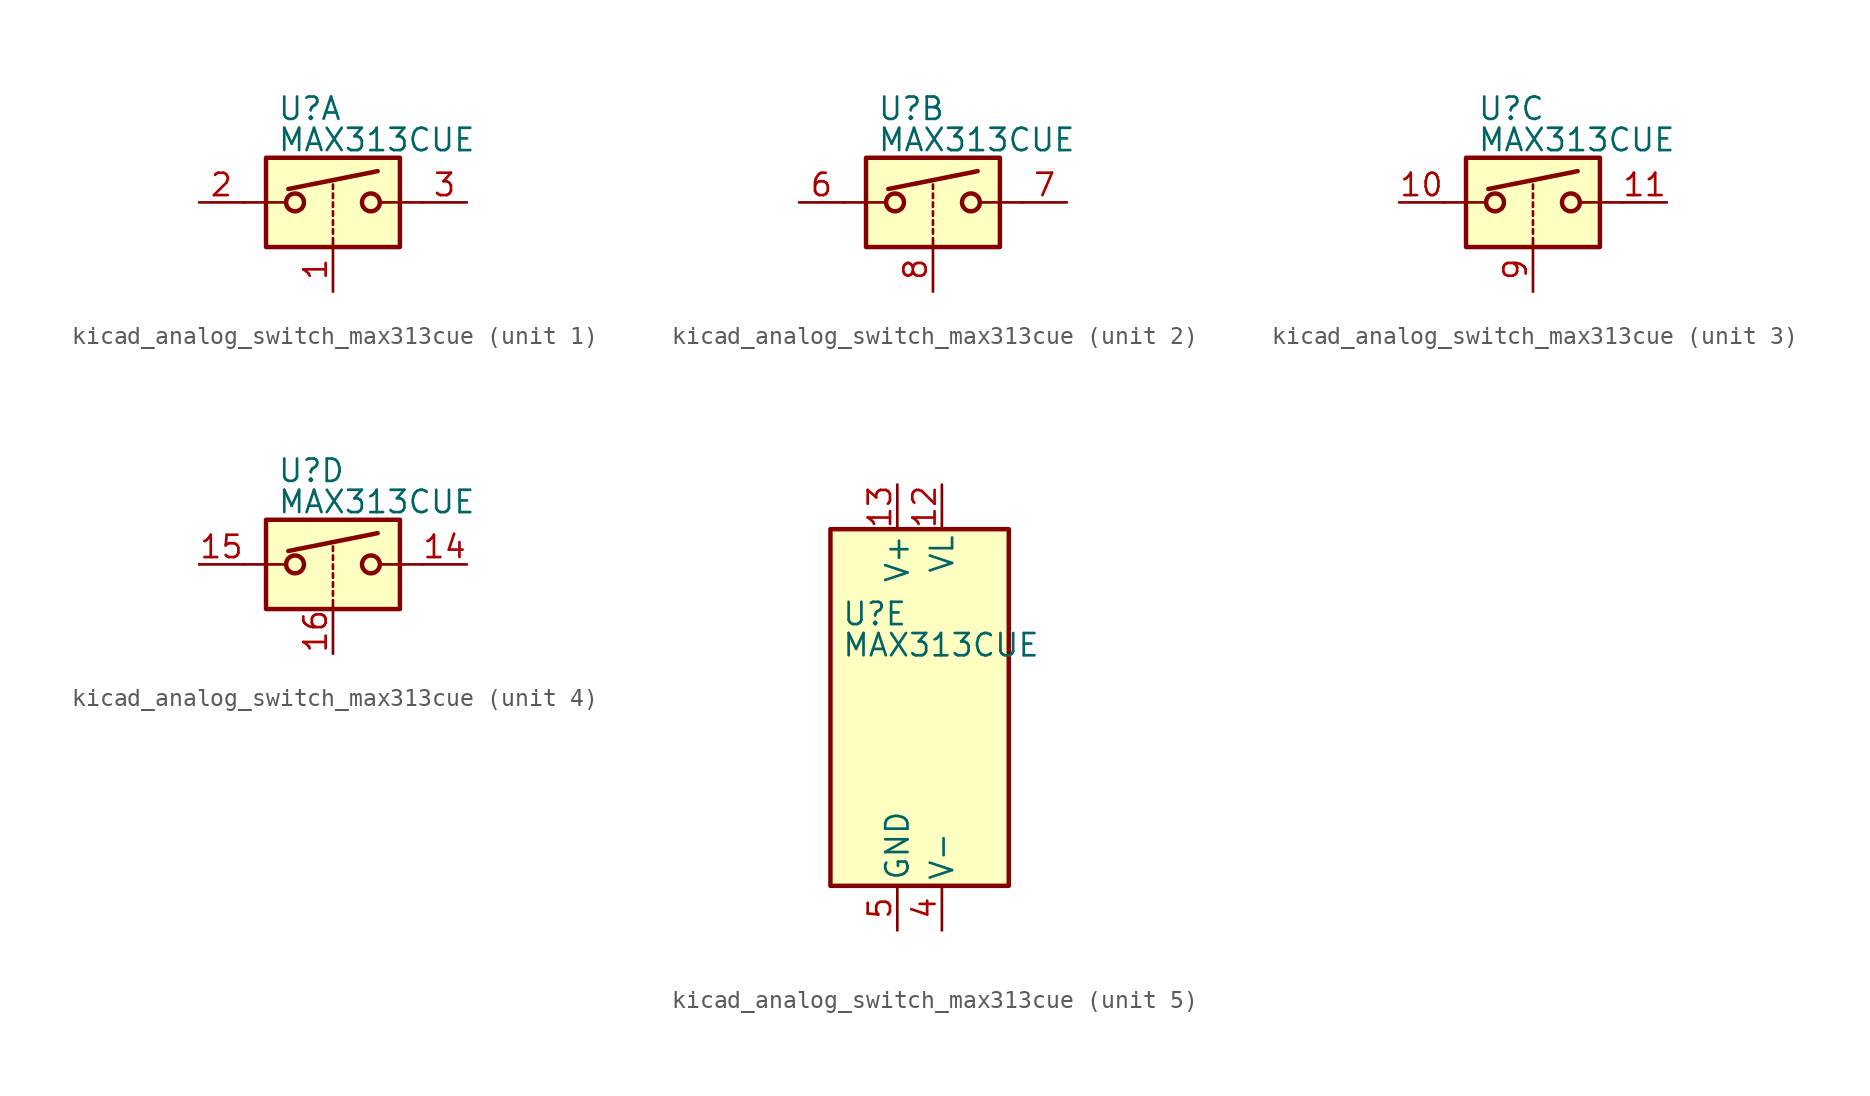
<source format=kicad_sym>
(kicad_symbol_lib
  (version 20220914)
  (generator kicad_symbol_editor)
  (symbol "kicad_analog_switch_max313cue"
    (pin_names
      (offset 0.254))
    (property "Reference" "U"
      (at -3.175 5.334 0)
      (effects (font (size 1.27 1.27)) (justify left)))
    (property "Value" "MAX313CUE"
      (at -3.175 3.556 0)
      (effects (font (size 1.27 1.27)) (justify left)))
    (symbol "kicad_analog_switch_max313cue_1_1"
      (rectangle (start -3.81 2.54) (end 3.81 -2.54) (stroke (width 0.254) (type default)) (fill (type background)))
      (circle (center -2.159 0) (radius 0.508) (stroke (width 0.254) (type default)) (fill (type none)))
      (polyline (pts (xy -5.08 0) (xy -2.794 0)) (stroke (width 0) (type default)) (fill (type none)))
      (polyline (pts (xy -2.54 0.762) (xy 2.54 1.778)) (stroke (width 0.254) (type default)) (fill (type none)))
      (polyline (pts (xy 0 -2.54) (xy 0 -2.032)) (stroke (width 0) (type default)) (fill (type none)))
      (polyline (pts (xy 0 -1.778) (xy 0 -1.524)) (stroke (width 0) (type default)) (fill (type none)))
      (polyline (pts (xy 0 -1.27) (xy 0 -1.016)) (stroke (width 0) (type default)) (fill (type none)))
      (polyline (pts (xy 0 -0.762) (xy 0 -0.508)) (stroke (width 0) (type default)) (fill (type none)))
      (polyline (pts (xy 0 -0.254) (xy 0 0)) (stroke (width 0) (type default)) (fill (type none)))
      (polyline (pts (xy 0 0.254) (xy 0 0.508)) (stroke (width 0) (type default)) (fill (type none)))
      (polyline (pts (xy 0 0.762) (xy 0 1.016)) (stroke (width 0) (type default)) (fill (type none)))
      (polyline (pts (xy 5.08 0) (xy 2.794 0)) (stroke (width 0) (type default)) (fill (type none)))
      (circle (center 2.159 0) (radius 0.508) (stroke (width 0.254) (type default)) (fill (type none)))
      (pin input line (at 0 -5.08 90) (length 2.54) (name "~" (effects (font (size 1.27 1.27)))) (number "1" (effects (font (size 1.27 1.27)))))
      (pin passive line (at -7.62 0 0) (length 2.54) (name "~" (effects (font (size 1.27 1.27)))) (number "2" (effects (font (size 1.27 1.27)))))
      (pin passive line (at 7.62 0 180) (length 2.54) (name "~" (effects (font (size 1.27 1.27)))) (number "3" (effects (font (size 1.27 1.27))))))
    (symbol "kicad_analog_switch_max313cue_2_1"
      (rectangle (start -3.81 2.54) (end 3.81 -2.54) (stroke (width 0.254) (type default)) (fill (type background)))
      (circle (center -2.159 0) (radius 0.508) (stroke (width 0.254) (type default)) (fill (type none)))
      (polyline (pts (xy -5.08 0) (xy -2.794 0)) (stroke (width 0) (type default)) (fill (type none)))
      (polyline (pts (xy -2.54 0.762) (xy 2.54 1.778)) (stroke (width 0.254) (type default)) (fill (type none)))
      (polyline (pts (xy 0 -2.54) (xy 0 -2.032)) (stroke (width 0) (type default)) (fill (type none)))
      (polyline (pts (xy 0 -1.778) (xy 0 -1.524)) (stroke (width 0) (type default)) (fill (type none)))
      (polyline (pts (xy 0 -1.27) (xy 0 -1.016)) (stroke (width 0) (type default)) (fill (type none)))
      (polyline (pts (xy 0 -0.762) (xy 0 -0.508)) (stroke (width 0) (type default)) (fill (type none)))
      (polyline (pts (xy 0 -0.254) (xy 0 0)) (stroke (width 0) (type default)) (fill (type none)))
      (polyline (pts (xy 0 0.254) (xy 0 0.508)) (stroke (width 0) (type default)) (fill (type none)))
      (polyline (pts (xy 0 0.762) (xy 0 1.016)) (stroke (width 0) (type default)) (fill (type none)))
      (polyline (pts (xy 5.08 0) (xy 2.794 0)) (stroke (width 0) (type default)) (fill (type none)))
      (circle (center 2.159 0) (radius 0.508) (stroke (width 0.254) (type default)) (fill (type none)))
      (pin passive line (at -7.62 0 0) (length 2.54) (name "~" (effects (font (size 1.27 1.27)))) (number "6" (effects (font (size 1.27 1.27)))))
      (pin passive line (at 7.62 0 180) (length 2.54) (name "~" (effects (font (size 1.27 1.27)))) (number "7" (effects (font (size 1.27 1.27)))))
      (pin input line (at 0 -5.08 90) (length 2.54) (name "~" (effects (font (size 1.27 1.27)))) (number "8" (effects (font (size 1.27 1.27))))))
    (symbol "kicad_analog_switch_max313cue_3_1"
      (rectangle (start -3.81 2.54) (end 3.81 -2.54) (stroke (width 0.254) (type default)) (fill (type background)))
      (circle (center -2.159 0) (radius 0.508) (stroke (width 0.254) (type default)) (fill (type none)))
      (polyline (pts (xy -5.08 0) (xy -2.794 0)) (stroke (width 0) (type default)) (fill (type none)))
      (polyline (pts (xy -2.54 0.762) (xy 2.54 1.778)) (stroke (width 0.254) (type default)) (fill (type none)))
      (polyline (pts (xy 0 -2.54) (xy 0 -2.032)) (stroke (width 0) (type default)) (fill (type none)))
      (polyline (pts (xy 0 -1.778) (xy 0 -1.524)) (stroke (width 0) (type default)) (fill (type none)))
      (polyline (pts (xy 0 -1.27) (xy 0 -1.016)) (stroke (width 0) (type default)) (fill (type none)))
      (polyline (pts (xy 0 -0.762) (xy 0 -0.508)) (stroke (width 0) (type default)) (fill (type none)))
      (polyline (pts (xy 0 -0.254) (xy 0 0)) (stroke (width 0) (type default)) (fill (type none)))
      (polyline (pts (xy 0 0.254) (xy 0 0.508)) (stroke (width 0) (type default)) (fill (type none)))
      (polyline (pts (xy 0 0.762) (xy 0 1.016)) (stroke (width 0) (type default)) (fill (type none)))
      (polyline (pts (xy 5.08 0) (xy 2.794 0)) (stroke (width 0) (type default)) (fill (type none)))
      (circle (center 2.159 0) (radius 0.508) (stroke (width 0.254) (type default)) (fill (type none)))
      (pin passive line (at -7.62 0 0) (length 2.54) (name "~" (effects (font (size 1.27 1.27)))) (number "10" (effects (font (size 1.27 1.27)))))
      (pin passive line (at 7.62 0 180) (length 2.54) (name "~" (effects (font (size 1.27 1.27)))) (number "11" (effects (font (size 1.27 1.27)))))
      (pin input line (at 0 -5.08 90) (length 2.54) (name "~" (effects (font (size 1.27 1.27)))) (number "9" (effects (font (size 1.27 1.27))))))
    (symbol "kicad_analog_switch_max313cue_4_1"
      (rectangle (start -3.81 2.54) (end 3.81 -2.54) (stroke (width 0.254) (type default)) (fill (type background)))
      (circle (center -2.159 0) (radius 0.508) (stroke (width 0.254) (type default)) (fill (type none)))
      (polyline (pts (xy -5.08 0) (xy -2.794 0)) (stroke (width 0) (type default)) (fill (type none)))
      (polyline (pts (xy -2.54 0.762) (xy 2.54 1.778)) (stroke (width 0.254) (type default)) (fill (type none)))
      (polyline (pts (xy 0 -2.54) (xy 0 -2.032)) (stroke (width 0) (type default)) (fill (type none)))
      (polyline (pts (xy 0 -1.778) (xy 0 -1.524)) (stroke (width 0) (type default)) (fill (type none)))
      (polyline (pts (xy 0 -1.27) (xy 0 -1.016)) (stroke (width 0) (type default)) (fill (type none)))
      (polyline (pts (xy 0 -0.762) (xy 0 -0.508)) (stroke (width 0) (type default)) (fill (type none)))
      (polyline (pts (xy 0 -0.254) (xy 0 0)) (stroke (width 0) (type default)) (fill (type none)))
      (polyline (pts (xy 0 0.254) (xy 0 0.508)) (stroke (width 0) (type default)) (fill (type none)))
      (polyline (pts (xy 0 0.762) (xy 0 1.016)) (stroke (width 0) (type default)) (fill (type none)))
      (polyline (pts (xy 5.08 0) (xy 2.794 0)) (stroke (width 0) (type default)) (fill (type none)))
      (circle (center 2.159 0) (radius 0.508) (stroke (width 0.254) (type default)) (fill (type none)))
      (pin passive line (at 7.62 0 180) (length 2.54) (name "~" (effects (font (size 1.27 1.27)))) (number "14" (effects (font (size 1.27 1.27)))))
      (pin passive line (at -7.62 0 0) (length 2.54) (name "~" (effects (font (size 1.27 1.27)))) (number "15" (effects (font (size 1.27 1.27)))))
      (pin input line (at 0 -5.08 90) (length 2.54) (name "~" (effects (font (size 1.27 1.27)))) (number "16" (effects (font (size 1.27 1.27))))))
    (symbol "kicad_analog_switch_max313cue_5_0"
      (pin power_in line (at 2.54 12.7 270) (length 2.54) (name "VL" (effects (font (size 1.27 1.27)))) (number "12" (effects (font (size 1.27 1.27)))))
      (pin power_in line (at 0 12.7 270) (length 2.54) (name "V+" (effects (font (size 1.27 1.27)))) (number "13" (effects (font (size 1.27 1.27)))))
      (pin power_in line (at 2.54 -12.7 90) (length 2.54) (name "V-" (effects (font (size 1.27 1.27)))) (number "4" (effects (font (size 1.27 1.27)))))
      (pin power_in line (at 0 -12.7 90) (length 2.54) (name "GND" (effects (font (size 1.27 1.27)))) (number "5" (effects (font (size 1.27 1.27))))))
    (symbol "kicad_analog_switch_max313cue_5_1"
      (rectangle (start -3.81 10.16) (end 6.35 -10.16) (stroke (width 0.254) (type default)) (fill (type background))))))
</source>
